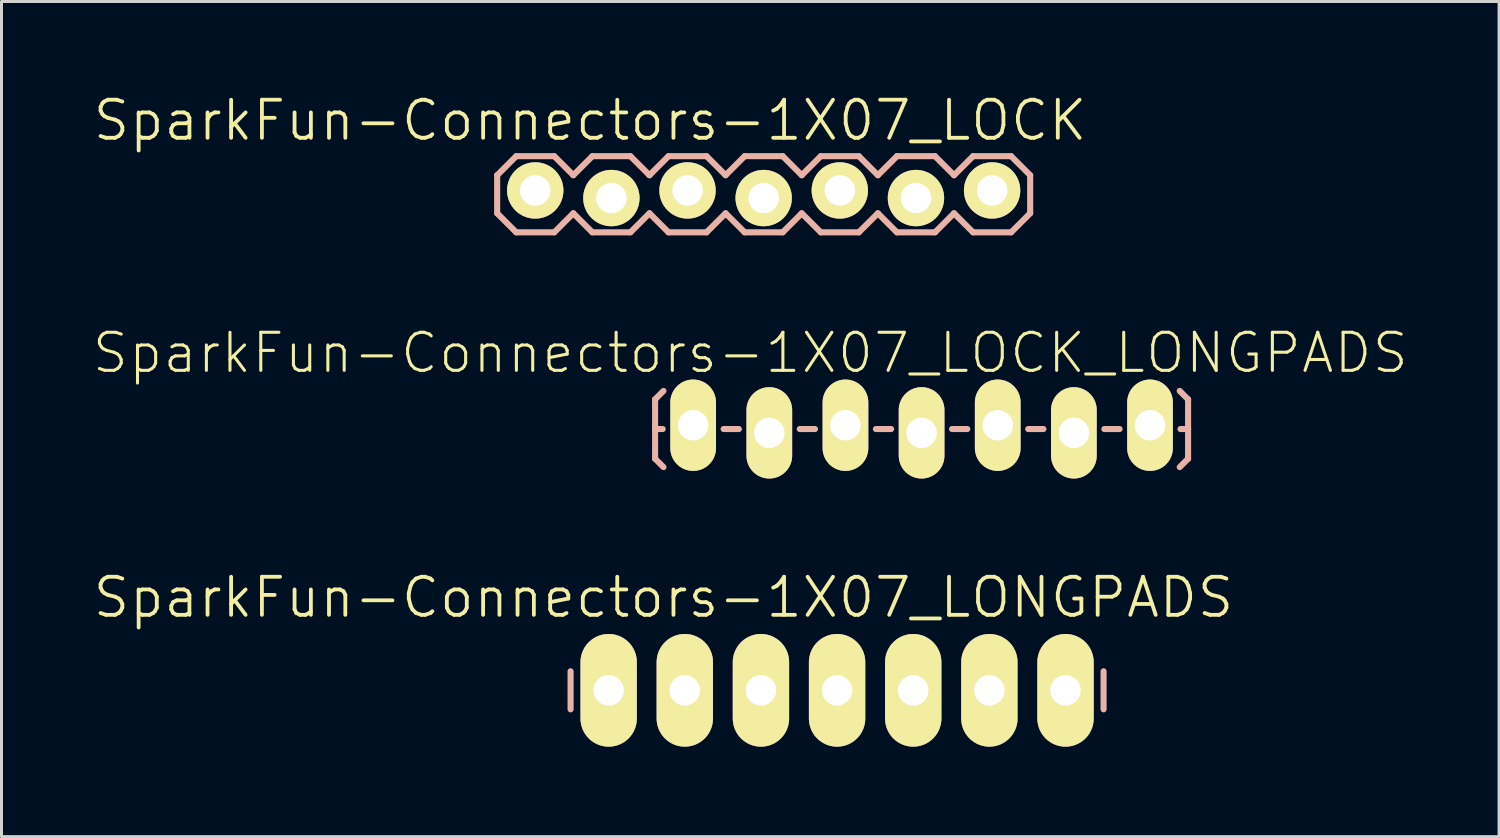
<source format=kicad_pcb>
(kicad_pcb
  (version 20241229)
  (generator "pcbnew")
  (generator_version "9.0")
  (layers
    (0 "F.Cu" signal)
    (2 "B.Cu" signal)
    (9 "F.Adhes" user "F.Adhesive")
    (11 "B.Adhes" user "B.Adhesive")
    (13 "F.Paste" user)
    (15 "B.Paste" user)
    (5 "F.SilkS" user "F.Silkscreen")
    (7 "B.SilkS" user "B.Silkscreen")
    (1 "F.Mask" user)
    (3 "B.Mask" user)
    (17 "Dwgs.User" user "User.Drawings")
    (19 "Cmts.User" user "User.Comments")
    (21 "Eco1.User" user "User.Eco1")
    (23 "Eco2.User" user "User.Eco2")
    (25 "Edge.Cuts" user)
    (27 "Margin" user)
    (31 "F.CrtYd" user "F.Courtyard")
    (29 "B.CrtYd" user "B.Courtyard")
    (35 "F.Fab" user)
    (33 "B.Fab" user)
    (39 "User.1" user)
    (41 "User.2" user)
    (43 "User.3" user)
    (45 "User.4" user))
  (footprint "SparkFun-Connectors-1X07_LOCK_LONGPADS"
    (layer "F.Cu")
    (at 20.073 11.262)
    (property "Reference" "SparkFun-Connectors-1X07_LOCK_LONGPADS" (at 1.905 -2.54 0) (layer "F.SilkS") (effects (font (size 1.27 1.27) (thickness 0.102))))
    (attr exclude_from_pos_files exclude_from_bom)
    (fp_line (start -0.292 -0.292) (end 0.292 -0.292) (stroke (width 0.066) (type solid)) (layer "F.SilkS"))
    (fp_line (start -0.292 0.292) (end -0.292 -0.292) (stroke (width 0.066) (type solid)) (layer "F.SilkS"))
    (fp_line (start -0.292 0.292) (end 0.292 0.292) (stroke (width 0.066) (type solid)) (layer "F.SilkS"))
    (fp_line (start 0.292 0.292) (end 0.292 -0.292) (stroke (width 0.066) (type solid)) (layer "F.SilkS"))
    (fp_line (start 2.248 -0.292) (end 2.832 -0.292) (stroke (width 0.066) (type solid)) (layer "F.SilkS"))
    (fp_line (start 2.248 0.292) (end 2.248 -0.292) (stroke (width 0.066) (type solid)) (layer "F.SilkS"))
    (fp_line (start 2.248 0.292) (end 2.832 0.292) (stroke (width 0.066) (type solid)) (layer "F.SilkS"))
    (fp_line (start 2.832 0.292) (end 2.832 -0.292) (stroke (width 0.066) (type solid)) (layer "F.SilkS"))
    (fp_line (start 4.788 -0.292) (end 5.372 -0.292) (stroke (width 0.066) (type solid)) (layer "F.SilkS"))
    (fp_line (start 4.788 0.292) (end 4.788 -0.292) (stroke (width 0.066) (type solid)) (layer "F.SilkS"))
    (fp_line (start 4.788 0.292) (end 5.372 0.292) (stroke (width 0.066) (type solid)) (layer "F.SilkS"))
    (fp_line (start 5.372 0.292) (end 5.372 -0.292) (stroke (width 0.066) (type solid)) (layer "F.SilkS"))
    (fp_line (start 7.328 -0.292) (end 7.912 -0.292) (stroke (width 0.066) (type solid)) (layer "F.SilkS"))
    (fp_line (start 7.328 0.292) (end 7.328 -0.292) (stroke (width 0.066) (type solid)) (layer "F.SilkS"))
    (fp_line (start 7.328 0.292) (end 7.912 0.292) (stroke (width 0.066) (type solid)) (layer "F.SilkS"))
    (fp_line (start 7.912 0.292) (end 7.912 -0.292) (stroke (width 0.066) (type solid)) (layer "F.SilkS"))
    (fp_line (start 9.868 -0.292) (end 10.452 -0.292) (stroke (width 0.066) (type solid)) (layer "F.SilkS"))
    (fp_line (start 9.868 0.292) (end 9.868 -0.292) (stroke (width 0.066) (type solid)) (layer "F.SilkS"))
    (fp_line (start 9.868 0.292) (end 10.452 0.292) (stroke (width 0.066) (type solid)) (layer "F.SilkS"))
    (fp_line (start 10.452 0.292) (end 10.452 -0.292) (stroke (width 0.066) (type solid)) (layer "F.SilkS"))
    (fp_line (start 12.408 -0.292) (end 12.992 -0.292) (stroke (width 0.066) (type solid)) (layer "F.SilkS"))
    (fp_line (start 12.408 0.292) (end 12.408 -0.292) (stroke (width 0.066) (type solid)) (layer "F.SilkS"))
    (fp_line (start 12.408 0.292) (end 12.992 0.292) (stroke (width 0.066) (type solid)) (layer "F.SilkS"))
    (fp_line (start 12.992 0.292) (end 12.992 -0.292) (stroke (width 0.066) (type solid)) (layer "F.SilkS"))
    (fp_line (start 14.948 -0.292) (end 15.532 -0.292) (stroke (width 0.066) (type solid)) (layer "F.SilkS"))
    (fp_line (start 14.948 0.292) (end 14.948 -0.292) (stroke (width 0.066) (type solid)) (layer "F.SilkS"))
    (fp_line (start 14.948 0.292) (end 15.532 0.292) (stroke (width 0.066) (type solid)) (layer "F.SilkS"))
    (fp_line (start 15.532 0.292) (end 15.532 -0.292) (stroke (width 0.066) (type solid)) (layer "F.SilkS"))
    (fp_line (start -1.27 -0.991) (end -0.991 -1.27) (stroke (width 0.203) (type solid)) (layer "B.SilkS"))
    (fp_line (start -1.27 0) (end -1.27 -0.991) (stroke (width 0.203) (type solid)) (layer "B.SilkS"))
    (fp_line (start -1.27 0) (end -1.27 0.991) (stroke (width 0.203) (type solid)) (layer "B.SilkS"))
    (fp_line (start -1.27 0) (end -1.016 0) (stroke (width 0.203) (type solid)) (layer "B.SilkS"))
    (fp_line (start -1.27 0.991) (end -0.991 1.27) (stroke (width 0.203) (type solid)) (layer "B.SilkS"))
    (fp_line (start 1.524 0) (end 1.016 0) (stroke (width 0.203) (type solid)) (layer "B.SilkS"))
    (fp_line (start 4.064 0) (end 3.556 0) (stroke (width 0.203) (type solid)) (layer "B.SilkS"))
    (fp_line (start 6.604 0) (end 6.096 0) (stroke (width 0.203) (type solid)) (layer "B.SilkS"))
    (fp_line (start 9.144 0) (end 8.636 0) (stroke (width 0.203) (type solid)) (layer "B.SilkS"))
    (fp_line (start 11.684 0) (end 11.176 0) (stroke (width 0.203) (type solid)) (layer "B.SilkS"))
    (fp_line (start 14.224 0) (end 13.716 0) (stroke (width 0.203) (type solid)) (layer "B.SilkS"))
    (fp_line (start 16.51 -0.991) (end 16.231 -1.27) (stroke (width 0.203) (type solid)) (layer "B.SilkS"))
    (fp_line (start 16.51 0) (end 16.256 0) (stroke (width 0.203) (type solid)) (layer "B.SilkS"))
    (fp_line (start 16.51 0) (end 16.51 -0.991) (stroke (width 0.203) (type solid)) (layer "B.SilkS"))
    (fp_line (start 16.51 0) (end 16.51 0.991) (stroke (width 0.203) (type solid)) (layer "B.SilkS"))
    (fp_line (start 16.51 0.991) (end 16.231 1.27) (stroke (width 0.203) (type solid)) (layer "B.SilkS"))
    (pad "1" thru_hole oval (at 0 -0.127 180) (size 1.524 3.048) (drill 1.016) (layers "*.Cu" "F.Mask" "F.SilkS" "F.Paste"))
    (pad "2" thru_hole oval (at 2.54 0.127 180) (size 1.524 3.048) (drill 1.016) (layers "*.Cu" "F.Mask" "F.SilkS" "F.Paste"))
    (pad "3" thru_hole oval (at 5.08 -0.127 180) (size 1.524 3.048) (drill 1.016) (layers "*.Cu" "F.Mask" "F.SilkS" "F.Paste"))
    (pad "4" thru_hole oval (at 7.62 0.127 180) (size 1.524 3.048) (drill 1.016) (layers "*.Cu" "F.Mask" "F.SilkS" "F.Paste"))
    (pad "5" thru_hole oval (at 10.16 -0.127 180) (size 1.524 3.048) (drill 1.016) (layers "*.Cu" "F.Mask" "F.SilkS" "F.Paste"))
    (pad "6" thru_hole oval (at 12.7 0.127 180) (size 1.524 3.048) (drill 1.016) (layers "*.Cu" "F.Mask" "F.SilkS" "F.Paste"))
    (pad "7" thru_hole oval (at 15.24 -0.127 180) (size 1.524 3.048) (drill 1.016) (layers "*.Cu" "F.Mask" "F.SilkS" "F.Paste")))
  (footprint "SparkFun-Connectors-1X07_LOCK"
    (layer "F.Cu")
    (at 14.805 3.43)
    (property "Reference" "SparkFun-Connectors-1X07_LOCK" (at 1.829 -2.464 0) (layer "F.SilkS") (effects (font (size 1.27 1.27) (thickness 0.127))))
    (attr exclude_from_pos_files exclude_from_bom)
    (fp_line (start -0.254 -0.254) (end 0.254 -0.254) (stroke (width 0.066) (type solid)) (layer "F.SilkS"))
    (fp_line (start -0.254 0.254) (end -0.254 -0.254) (stroke (width 0.066) (type solid)) (layer "F.SilkS"))
    (fp_line (start -0.254 0.254) (end 0.254 0.254) (stroke (width 0.066) (type solid)) (layer "F.SilkS"))
    (fp_line (start 0.254 0.254) (end 0.254 -0.254) (stroke (width 0.066) (type solid)) (layer "F.SilkS"))
    (fp_line (start 2.286 -0.254) (end 2.794 -0.254) (stroke (width 0.066) (type solid)) (layer "F.SilkS"))
    (fp_line (start 2.286 0.254) (end 2.286 -0.254) (stroke (width 0.066) (type solid)) (layer "F.SilkS"))
    (fp_line (start 2.286 0.254) (end 2.794 0.254) (stroke (width 0.066) (type solid)) (layer "F.SilkS"))
    (fp_line (start 2.794 0.254) (end 2.794 -0.254) (stroke (width 0.066) (type solid)) (layer "F.SilkS"))
    (fp_line (start 4.826 -0.254) (end 5.334 -0.254) (stroke (width 0.066) (type solid)) (layer "F.SilkS"))
    (fp_line (start 4.826 0.254) (end 4.826 -0.254) (stroke (width 0.066) (type solid)) (layer "F.SilkS"))
    (fp_line (start 4.826 0.254) (end 5.334 0.254) (stroke (width 0.066) (type solid)) (layer "F.SilkS"))
    (fp_line (start 5.334 0.254) (end 5.334 -0.254) (stroke (width 0.066) (type solid)) (layer "F.SilkS"))
    (fp_line (start 7.366 -0.254) (end 7.874 -0.254) (stroke (width 0.066) (type solid)) (layer "F.SilkS"))
    (fp_line (start 7.366 0.254) (end 7.366 -0.254) (stroke (width 0.066) (type solid)) (layer "F.SilkS"))
    (fp_line (start 7.366 0.254) (end 7.874 0.254) (stroke (width 0.066) (type solid)) (layer "F.SilkS"))
    (fp_line (start 7.874 0.254) (end 7.874 -0.254) (stroke (width 0.066) (type solid)) (layer "F.SilkS"))
    (fp_line (start 9.906 -0.254) (end 10.414 -0.254) (stroke (width 0.066) (type solid)) (layer "F.SilkS"))
    (fp_line (start 9.906 0.254) (end 9.906 -0.254) (stroke (width 0.066) (type solid)) (layer "F.SilkS"))
    (fp_line (start 9.906 0.254) (end 10.414 0.254) (stroke (width 0.066) (type solid)) (layer "F.SilkS"))
    (fp_line (start 10.414 0.254) (end 10.414 -0.254) (stroke (width 0.066) (type solid)) (layer "F.SilkS"))
    (fp_line (start 12.446 -0.254) (end 12.954 -0.254) (stroke (width 0.066) (type solid)) (layer "F.SilkS"))
    (fp_line (start 12.446 0.254) (end 12.446 -0.254) (stroke (width 0.066) (type solid)) (layer "F.SilkS"))
    (fp_line (start 12.446 0.254) (end 12.954 0.254) (stroke (width 0.066) (type solid)) (layer "F.SilkS"))
    (fp_line (start 12.954 0.254) (end 12.954 -0.254) (stroke (width 0.066) (type solid)) (layer "F.SilkS"))
    (fp_line (start 14.986 -0.254) (end 15.494 -0.254) (stroke (width 0.066) (type solid)) (layer "F.SilkS"))
    (fp_line (start 14.986 0.254) (end 14.986 -0.254) (stroke (width 0.066) (type solid)) (layer "F.SilkS"))
    (fp_line (start 14.986 0.254) (end 15.494 0.254) (stroke (width 0.066) (type solid)) (layer "F.SilkS"))
    (fp_line (start 15.494 0.254) (end 15.494 -0.254) (stroke (width 0.066) (type solid)) (layer "F.SilkS"))
    (fp_line (start -1.27 -0.635) (end -1.27 0.635) (stroke (width 0.203) (type solid)) (layer "B.SilkS"))
    (fp_line (start -1.27 0.635) (end -0.635 1.27) (stroke (width 0.203) (type solid)) (layer "B.SilkS"))
    (fp_line (start -0.635 -1.27) (end -1.27 -0.635) (stroke (width 0.203) (type solid)) (layer "B.SilkS"))
    (fp_line (start -0.635 -1.27) (end 0.635 -1.27) (stroke (width 0.203) (type solid)) (layer "B.SilkS"))
    (fp_line (start 0.635 -1.27) (end 1.27 -0.635) (stroke (width 0.203) (type solid)) (layer "B.SilkS"))
    (fp_line (start 0.635 1.27) (end -0.635 1.27) (stroke (width 0.203) (type solid)) (layer "B.SilkS"))
    (fp_line (start 1.27 -0.635) (end 1.905 -1.27) (stroke (width 0.203) (type solid)) (layer "B.SilkS"))
    (fp_line (start 1.27 0.635) (end 0.635 1.27) (stroke (width 0.203) (type solid)) (layer "B.SilkS"))
    (fp_line (start 1.905 -1.27) (end 3.175 -1.27) (stroke (width 0.203) (type solid)) (layer "B.SilkS"))
    (fp_line (start 1.905 1.27) (end 1.27 0.635) (stroke (width 0.203) (type solid)) (layer "B.SilkS"))
    (fp_line (start 3.175 -1.27) (end 3.81 -0.635) (stroke (width 0.203) (type solid)) (layer "B.SilkS"))
    (fp_line (start 3.175 1.27) (end 1.905 1.27) (stroke (width 0.203) (type solid)) (layer "B.SilkS"))
    (fp_line (start 3.81 -0.635) (end 4.445 -1.27) (stroke (width 0.203) (type solid)) (layer "B.SilkS"))
    (fp_line (start 3.81 0.635) (end 3.175 1.27) (stroke (width 0.203) (type solid)) (layer "B.SilkS"))
    (fp_line (start 4.445 -1.27) (end 5.715 -1.27) (stroke (width 0.203) (type solid)) (layer "B.SilkS"))
    (fp_line (start 4.445 1.27) (end 3.81 0.635) (stroke (width 0.203) (type solid)) (layer "B.SilkS"))
    (fp_line (start 5.715 -1.27) (end 6.35 -0.635) (stroke (width 0.203) (type solid)) (layer "B.SilkS"))
    (fp_line (start 5.715 1.27) (end 4.445 1.27) (stroke (width 0.203) (type solid)) (layer "B.SilkS"))
    (fp_line (start 6.35 0.635) (end 5.715 1.27) (stroke (width 0.203) (type solid)) (layer "B.SilkS"))
    (fp_line (start 6.35 0.635) (end 6.985 1.27) (stroke (width 0.203) (type solid)) (layer "B.SilkS"))
    (fp_line (start 6.985 -1.27) (end 6.35 -0.635) (stroke (width 0.203) (type solid)) (layer "B.SilkS"))
    (fp_line (start 6.985 -1.27) (end 8.255 -1.27) (stroke (width 0.203) (type solid)) (layer "B.SilkS"))
    (fp_line (start 8.255 -1.27) (end 8.89 -0.635) (stroke (width 0.203) (type solid)) (layer "B.SilkS"))
    (fp_line (start 8.255 1.27) (end 6.985 1.27) (stroke (width 0.203) (type solid)) (layer "B.SilkS"))
    (fp_line (start 8.89 -0.635) (end 9.525 -1.27) (stroke (width 0.203) (type solid)) (layer "B.SilkS"))
    (fp_line (start 8.89 0.635) (end 8.255 1.27) (stroke (width 0.203) (type solid)) (layer "B.SilkS"))
    (fp_line (start 9.525 -1.27) (end 10.795 -1.27) (stroke (width 0.203) (type solid)) (layer "B.SilkS"))
    (fp_line (start 9.525 1.27) (end 8.89 0.635) (stroke (width 0.203) (type solid)) (layer "B.SilkS"))
    (fp_line (start 10.795 -1.27) (end 11.43 -0.635) (stroke (width 0.203) (type solid)) (layer "B.SilkS"))
    (fp_line (start 10.795 1.27) (end 9.525 1.27) (stroke (width 0.203) (type solid)) (layer "B.SilkS"))
    (fp_line (start 11.43 -0.635) (end 12.065 -1.27) (stroke (width 0.203) (type solid)) (layer "B.SilkS"))
    (fp_line (start 11.43 0.635) (end 10.795 1.27) (stroke (width 0.203) (type solid)) (layer "B.SilkS"))
    (fp_line (start 12.065 -1.27) (end 13.335 -1.27) (stroke (width 0.203) (type solid)) (layer "B.SilkS"))
    (fp_line (start 12.065 1.27) (end 11.43 0.635) (stroke (width 0.203) (type solid)) (layer "B.SilkS"))
    (fp_line (start 13.335 -1.27) (end 13.97 -0.635) (stroke (width 0.203) (type solid)) (layer "B.SilkS"))
    (fp_line (start 13.335 1.27) (end 12.065 1.27) (stroke (width 0.203) (type solid)) (layer "B.SilkS"))
    (fp_line (start 13.97 0.635) (end 13.335 1.27) (stroke (width 0.203) (type solid)) (layer "B.SilkS"))
    (fp_line (start 13.97 0.635) (end 14.605 1.27) (stroke (width 0.203) (type solid)) (layer "B.SilkS"))
    (fp_line (start 14.605 -1.27) (end 13.97 -0.635) (stroke (width 0.203) (type solid)) (layer "B.SilkS"))
    (fp_line (start 14.605 -1.27) (end 15.875 -1.27) (stroke (width 0.203) (type solid)) (layer "B.SilkS"))
    (fp_line (start 15.875 -1.27) (end 16.51 -0.635) (stroke (width 0.203) (type solid)) (layer "B.SilkS"))
    (fp_line (start 15.875 1.27) (end 14.605 1.27) (stroke (width 0.203) (type solid)) (layer "B.SilkS"))
    (fp_line (start 16.51 -0.635) (end 16.51 0.635) (stroke (width 0.203) (type solid)) (layer "B.SilkS"))
    (fp_line (start 16.51 0.635) (end 15.875 1.27) (stroke (width 0.203) (type solid)) (layer "B.SilkS"))
    (pad "1" thru_hole circle (at 0 -0.127) (size 1.88 1.88) (drill 1.016) (layers "*.Cu" "F.Mask" "F.SilkS" "F.Paste"))
    (pad "2" thru_hole circle (at 2.54 0.127) (size 1.88 1.88) (drill 1.016) (layers "*.Cu" "F.Mask" "F.SilkS" "F.Paste"))
    (pad "3" thru_hole circle (at 5.08 -0.127) (size 1.88 1.88) (drill 1.016) (layers "*.Cu" "F.Mask" "F.SilkS" "F.Paste"))
    (pad "4" thru_hole circle (at 7.62 0.127) (size 1.88 1.88) (drill 1.016) (layers "*.Cu" "F.Mask" "F.SilkS" "F.Paste"))
    (pad "5" thru_hole circle (at 10.16 -0.127) (size 1.88 1.88) (drill 1.016) (layers "*.Cu" "F.Mask" "F.SilkS" "F.Paste"))
    (pad "6" thru_hole circle (at 12.7 0.127) (size 1.88 1.88) (drill 1.016) (layers "*.Cu" "F.Mask" "F.SilkS" "F.Paste"))
    (pad "7" thru_hole circle (at 15.24 -0.127) (size 1.88 1.88) (drill 1.016) (layers "*.Cu" "F.Mask" "F.SilkS" "F.Paste")))
  (footprint "SparkFun-Connectors-1X07_LONGPADS"
    (layer "F.Cu")
    (at 17.254 19.978)
    (property "Reference" "SparkFun-Connectors-1X07_LONGPADS" (at 1.829 -3.099 0) (layer "F.SilkS") (effects (font (size 1.27 1.27) (thickness 0.127))))
    (attr exclude_from_pos_files exclude_from_bom)
    (fp_line (start -0.254 -0.254) (end 0.254 -0.254) (stroke (width 0.066) (type solid)) (layer "F.SilkS"))
    (fp_line (start -0.254 0.254) (end -0.254 -0.254) (stroke (width 0.066) (type solid)) (layer "F.SilkS"))
    (fp_line (start -0.254 0.254) (end 0.254 0.254) (stroke (width 0.066) (type solid)) (layer "F.SilkS"))
    (fp_line (start 0.254 0.254) (end 0.254 -0.254) (stroke (width 0.066) (type solid)) (layer "F.SilkS"))
    (fp_line (start 2.286 -0.254) (end 2.794 -0.254) (stroke (width 0.066) (type solid)) (layer "F.SilkS"))
    (fp_line (start 2.286 0.254) (end 2.286 -0.254) (stroke (width 0.066) (type solid)) (layer "F.SilkS"))
    (fp_line (start 2.286 0.254) (end 2.794 0.254) (stroke (width 0.066) (type solid)) (layer "F.SilkS"))
    (fp_line (start 2.794 0.254) (end 2.794 -0.254) (stroke (width 0.066) (type solid)) (layer "F.SilkS"))
    (fp_line (start 4.826 -0.254) (end 5.334 -0.254) (stroke (width 0.066) (type solid)) (layer "F.SilkS"))
    (fp_line (start 4.826 0.254) (end 4.826 -0.254) (stroke (width 0.066) (type solid)) (layer "F.SilkS"))
    (fp_line (start 4.826 0.254) (end 5.334 0.254) (stroke (width 0.066) (type solid)) (layer "F.SilkS"))
    (fp_line (start 5.334 0.254) (end 5.334 -0.254) (stroke (width 0.066) (type solid)) (layer "F.SilkS"))
    (fp_line (start 7.366 -0.254) (end 7.874 -0.254) (stroke (width 0.066) (type solid)) (layer "F.SilkS"))
    (fp_line (start 7.366 0.254) (end 7.366 -0.254) (stroke (width 0.066) (type solid)) (layer "F.SilkS"))
    (fp_line (start 7.366 0.254) (end 7.874 0.254) (stroke (width 0.066) (type solid)) (layer "F.SilkS"))
    (fp_line (start 7.874 0.254) (end 7.874 -0.254) (stroke (width 0.066) (type solid)) (layer "F.SilkS"))
    (fp_line (start 9.906 -0.254) (end 10.414 -0.254) (stroke (width 0.066) (type solid)) (layer "F.SilkS"))
    (fp_line (start 9.906 0.254) (end 9.906 -0.254) (stroke (width 0.066) (type solid)) (layer "F.SilkS"))
    (fp_line (start 9.906 0.254) (end 10.414 0.254) (stroke (width 0.066) (type solid)) (layer "F.SilkS"))
    (fp_line (start 10.414 0.254) (end 10.414 -0.254) (stroke (width 0.066) (type solid)) (layer "F.SilkS"))
    (fp_line (start 12.446 -0.254) (end 12.954 -0.254) (stroke (width 0.066) (type solid)) (layer "F.SilkS"))
    (fp_line (start 12.446 0.254) (end 12.446 -0.254) (stroke (width 0.066) (type solid)) (layer "F.SilkS"))
    (fp_line (start 12.446 0.254) (end 12.954 0.254) (stroke (width 0.066) (type solid)) (layer "F.SilkS"))
    (fp_line (start 12.954 0.254) (end 12.954 -0.254) (stroke (width 0.066) (type solid)) (layer "F.SilkS"))
    (fp_line (start 14.986 -0.254) (end 15.494 -0.254) (stroke (width 0.066) (type solid)) (layer "F.SilkS"))
    (fp_line (start 14.986 0.254) (end 14.986 -0.254) (stroke (width 0.066) (type solid)) (layer "F.SilkS"))
    (fp_line (start 14.986 0.254) (end 15.494 0.254) (stroke (width 0.066) (type solid)) (layer "F.SilkS"))
    (fp_line (start 15.494 0.254) (end 15.494 -0.254) (stroke (width 0.066) (type solid)) (layer "F.SilkS"))
    (fp_line (start -1.27 -0.635) (end -1.27 0.635) (stroke (width 0.203) (type solid)) (layer "B.SilkS"))
    (fp_line (start 16.51 -0.635) (end 16.51 0.635) (stroke (width 0.203) (type solid)) (layer "B.SilkS"))
    (pad "1" thru_hole oval (at 0 0 180) (size 1.88 3.759) (drill 1.016) (layers "*.Cu" "F.Mask" "F.SilkS" "F.Paste"))
    (pad "2" thru_hole oval (at 2.54 0 180) (size 1.88 3.759) (drill 1.016) (layers "*.Cu" "F.Mask" "F.SilkS" "F.Paste"))
    (pad "3" thru_hole oval (at 5.08 0 180) (size 1.88 3.759) (drill 1.016) (layers "*.Cu" "F.Mask" "F.SilkS" "F.Paste"))
    (pad "4" thru_hole oval (at 7.62 0 180) (size 1.88 3.759) (drill 1.016) (layers "*.Cu" "F.Mask" "F.SilkS" "F.Paste"))
    (pad "5" thru_hole oval (at 10.16 0 180) (size 1.88 3.759) (drill 1.016) (layers "*.Cu" "F.Mask" "F.SilkS" "F.Paste"))
    (pad "6" thru_hole oval (at 12.7 0 180) (size 1.88 3.759) (drill 1.016) (layers "*.Cu" "F.Mask" "F.SilkS" "F.Paste"))
    (pad "7" thru_hole oval (at 15.24 0 180) (size 1.88 3.759) (drill 1.016) (layers "*.Cu" "F.Mask" "F.SilkS" "F.Paste")))
  (gr_rect
    (start -3 -3)
    (end 46.957 24.858)
    (stroke (width 0.1) (type default))
    (fill no)
    (layer "Edge.Cuts")))
</source>
